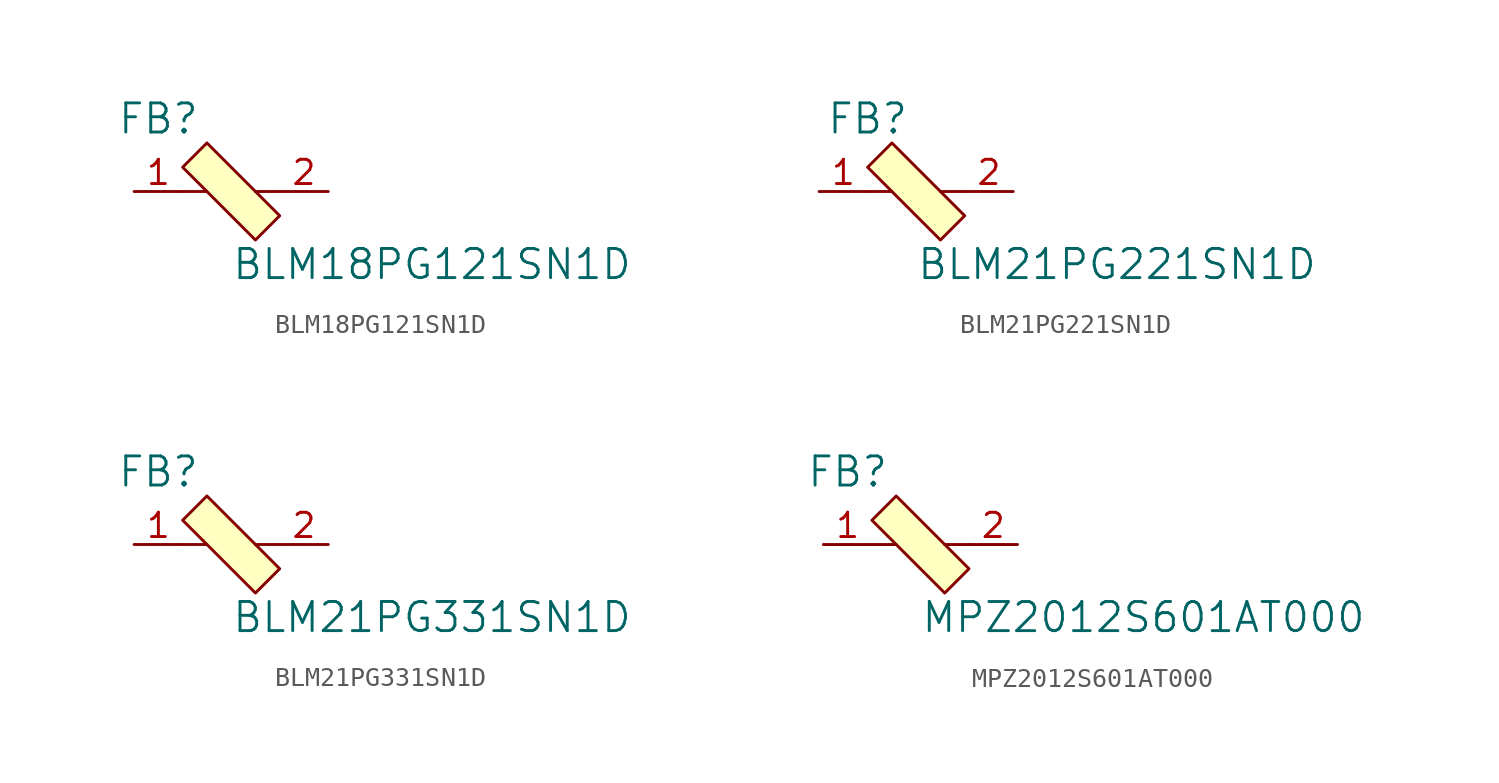
<source format=kicad_sym>
(kicad_symbol_lib
  (version 20220914)
  (generator kicad_symbol_editor)
  (symbol "BLM18PG121SN1D"
    (pin_names
      (offset 1.016))
    (property "Reference" "FB"
      (at -3.81 3.81 0)
      (effects (font (size 1.524 1.524))))
    (property "Value" "BLM18PG121SN1D"
      (at 0 -3.81 0)
      (effects (font (size 1.524 1.524)) (justify left)))
    (symbol "BLM18PG121SN1D_0_1"
      (polyline (pts (xy -1.27 0) (xy -2.54 0)) (stroke (width 0) (type solid)) (fill (type none)))
      (polyline (pts (xy 1.27 0) (xy 2.54 0)) (stroke (width 0) (type solid)) (fill (type none)))
      (polyline (pts (xy -1.27 2.54) (xy -2.54 1.27) (xy 1.27 -2.54) (xy 2.54 -1.27) (xy -1.27 2.54)) (stroke (width 0) (type solid)) (fill (type background))))
    (symbol "BLM18PG121SN1D_1_1"
      (pin passive line (at -5.08 0 0) (length 2.54) (name "~" (effects (font (size 1.27 1.27)))) (number "1" (effects (font (size 1.27 1.27)))))
      (pin passive line (at 5.08 0 180) (length 2.54) (name "~" (effects (font (size 1.27 1.27)))) (number "2" (effects (font (size 1.27 1.27)))))))
  (symbol "BLM21PG221SN1D"
    (pin_names
      (offset 1.016))
    (property "Reference" "FB"
      (at -2.54 3.81 0)
      (effects (font (size 1.524 1.524))))
    (property "Value" "BLM21PG221SN1D"
      (at 0 -3.81 0)
      (effects (font (size 1.524 1.524)) (justify left)))
    (symbol "BLM21PG221SN1D_0_1"
      (polyline (pts (xy -1.27 0) (xy -2.54 0)) (stroke (width 0) (type solid)) (fill (type none)))
      (polyline (pts (xy 1.27 0) (xy 2.54 0)) (stroke (width 0) (type solid)) (fill (type none)))
      (polyline (pts (xy -1.27 2.54) (xy -2.54 1.27) (xy 1.27 -2.54) (xy 2.54 -1.27) (xy -1.27 2.54)) (stroke (width 0) (type solid)) (fill (type background))))
    (symbol "BLM21PG221SN1D_1_1"
      (pin passive line (at -5.08 0 0) (length 2.54) (name "~" (effects (font (size 1.27 1.27)))) (number "1" (effects (font (size 1.27 1.27)))))
      (pin passive line (at 5.08 0 180) (length 2.54) (name "~" (effects (font (size 1.27 1.27)))) (number "2" (effects (font (size 1.27 1.27)))))))
  (symbol "BLM21PG331SN1D"
    (pin_names
      (offset 1.016))
    (property "Reference" "FB"
      (at -3.81 3.81 0)
      (effects (font (size 1.524 1.524))))
    (property "Value" "BLM21PG331SN1D"
      (at 0 -3.81 0)
      (effects (font (size 1.524 1.524)) (justify left)))
    (symbol "BLM21PG331SN1D_0_1"
      (polyline (pts (xy -1.27 0) (xy -2.54 0)) (stroke (width 0) (type solid)) (fill (type none)))
      (polyline (pts (xy 1.27 0) (xy 2.54 0)) (stroke (width 0) (type solid)) (fill (type none)))
      (polyline (pts (xy -1.27 2.54) (xy -2.54 1.27) (xy 1.27 -2.54) (xy 2.54 -1.27) (xy -1.27 2.54)) (stroke (width 0) (type solid)) (fill (type background))))
    (symbol "BLM21PG331SN1D_1_1"
      (pin passive line (at -5.08 0 0) (length 2.54) (name "~" (effects (font (size 1.27 1.27)))) (number "1" (effects (font (size 1.27 1.27)))))
      (pin passive line (at 5.08 0 180) (length 2.54) (name "~" (effects (font (size 1.27 1.27)))) (number "2" (effects (font (size 1.27 1.27)))))))
  (symbol "MPZ2012S601AT000"
    (pin_names
      (offset 1.016))
    (property "Reference" "FB"
      (at -3.81 3.81 0)
      (effects (font (size 1.524 1.524))))
    (property "Value" "MPZ2012S601AT000"
      (at 0 -3.81 0)
      (effects (font (size 1.524 1.524)) (justify left)))
    (symbol "MPZ2012S601AT000_0_1"
      (polyline (pts (xy -1.27 0) (xy -2.54 0)) (stroke (width 0) (type solid)) (fill (type none)))
      (polyline (pts (xy 1.27 0) (xy 2.54 0)) (stroke (width 0) (type solid)) (fill (type none)))
      (polyline (pts (xy -1.27 2.54) (xy -2.54 1.27) (xy 1.27 -2.54) (xy 2.54 -1.27) (xy -1.27 2.54)) (stroke (width 0) (type solid)) (fill (type background))))
    (symbol "MPZ2012S601AT000_1_1"
      (pin passive line (at -5.08 0 0) (length 2.54) (name "~" (effects (font (size 1.27 1.27)))) (number "1" (effects (font (size 1.27 1.27)))))
      (pin passive line (at 5.08 0 180) (length 2.54) (name "~" (effects (font (size 1.27 1.27)))) (number "2" (effects (font (size 1.27 1.27))))))))
</source>
